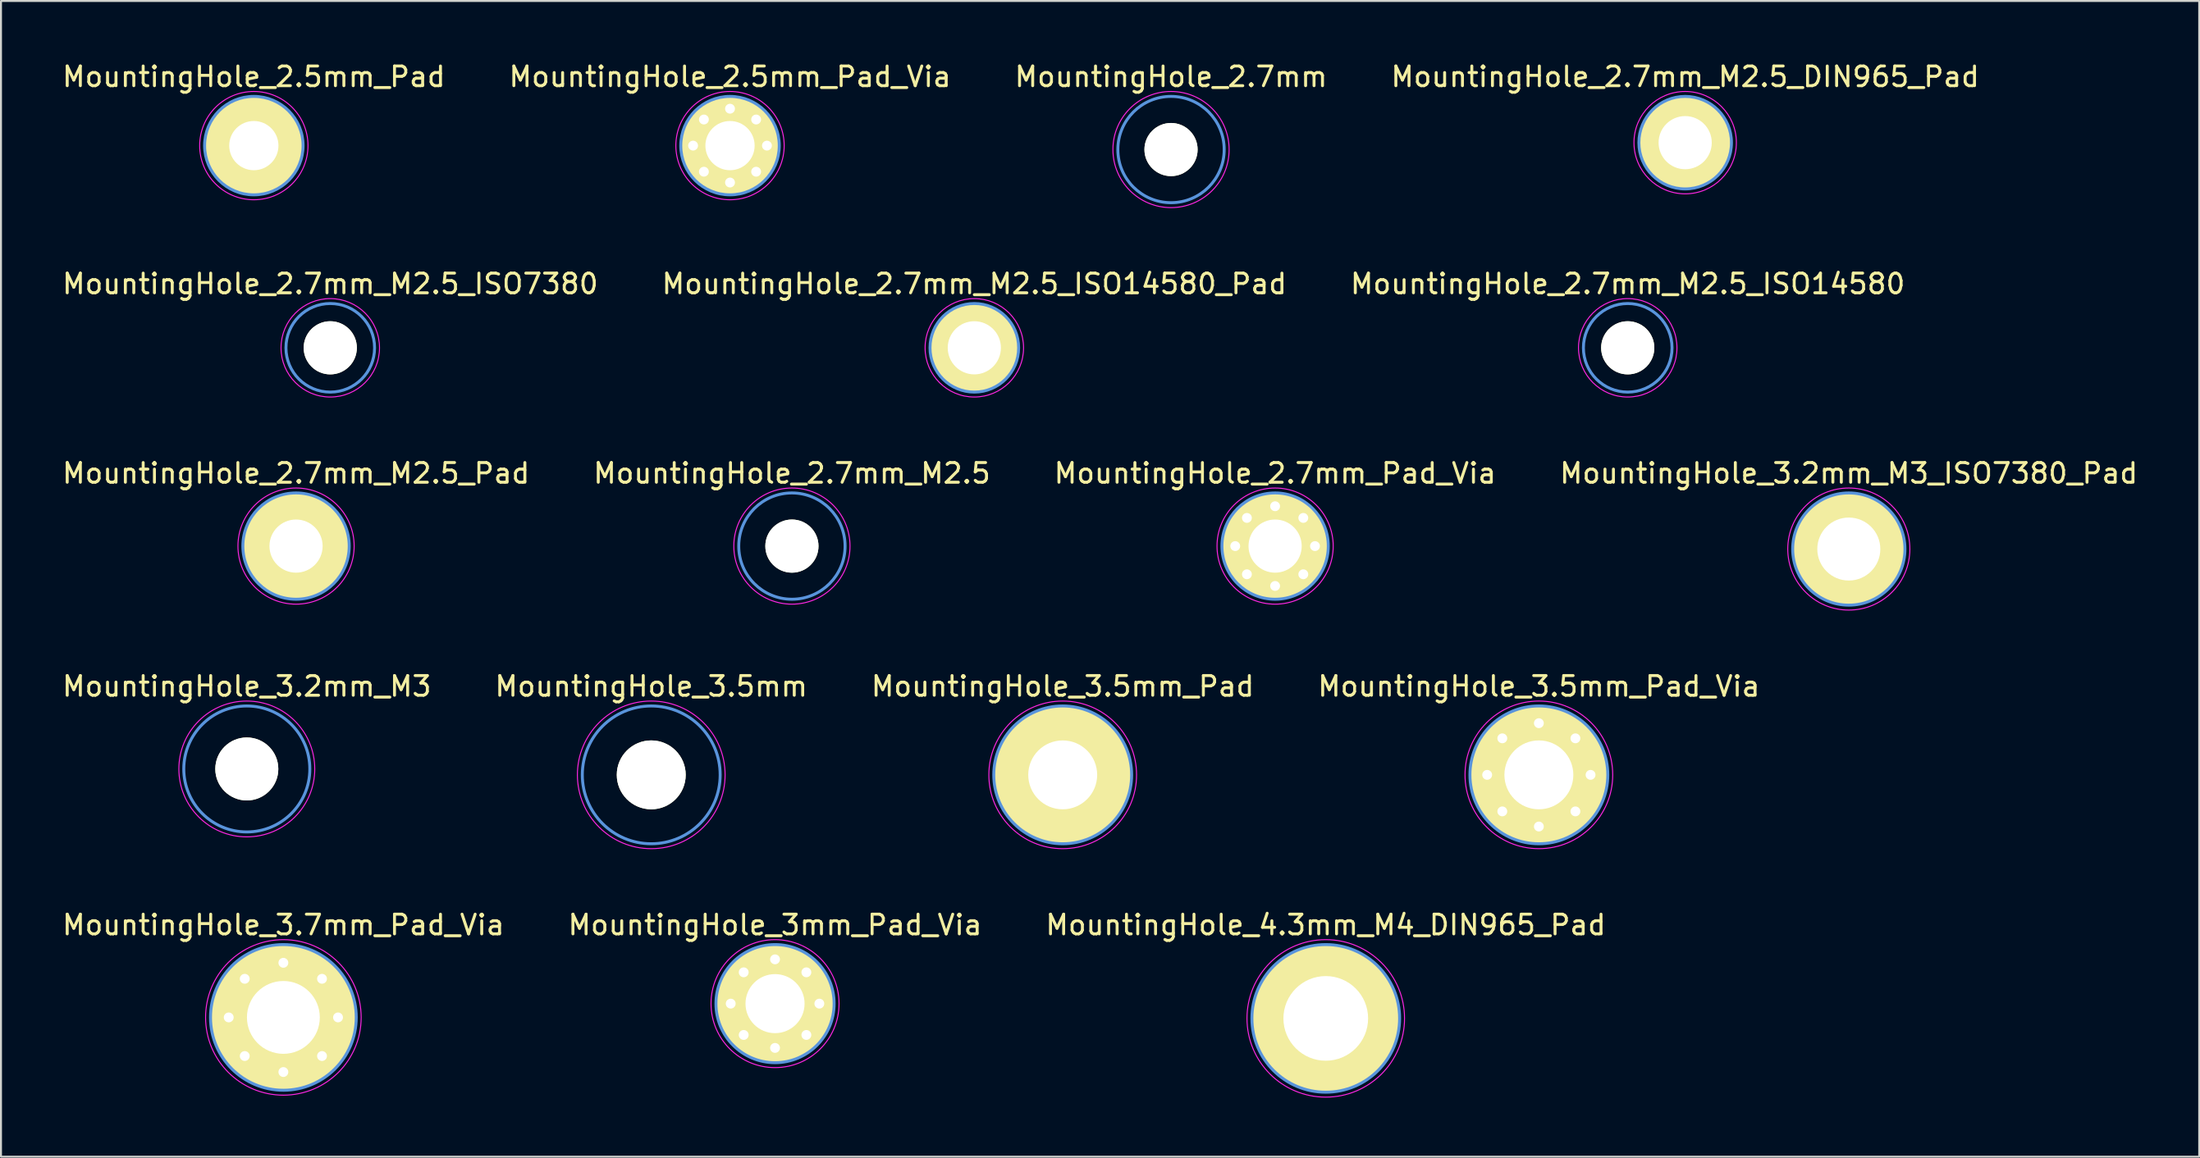
<source format=kicad_pcb>
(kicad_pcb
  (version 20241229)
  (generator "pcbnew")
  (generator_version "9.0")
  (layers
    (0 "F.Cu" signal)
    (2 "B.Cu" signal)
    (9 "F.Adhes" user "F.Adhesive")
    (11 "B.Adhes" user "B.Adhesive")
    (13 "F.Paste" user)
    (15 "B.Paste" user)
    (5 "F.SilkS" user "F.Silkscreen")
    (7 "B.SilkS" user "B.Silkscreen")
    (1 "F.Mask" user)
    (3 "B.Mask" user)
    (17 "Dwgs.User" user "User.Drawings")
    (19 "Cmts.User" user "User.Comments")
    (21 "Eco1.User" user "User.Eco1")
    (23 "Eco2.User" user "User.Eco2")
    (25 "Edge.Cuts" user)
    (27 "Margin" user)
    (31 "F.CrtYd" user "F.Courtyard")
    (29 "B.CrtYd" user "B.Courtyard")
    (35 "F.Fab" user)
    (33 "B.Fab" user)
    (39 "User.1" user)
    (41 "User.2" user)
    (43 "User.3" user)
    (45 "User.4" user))
  (footprint "MountingHole_3.2mm_M3"
    (layer "F.Cu")
    (at 9.482 36.018)
    (property "Reference" "MountingHole_3.2mm_M3" (at 0 -4.2 0) (layer "F.SilkS") (effects (font (size 1 1) (thickness 0.15))))
    (attr through_hole)
    (fp_circle (center 0 0) (end 3.2 0) (stroke (width 0.15) (type solid)) (fill no) (layer "Cmts.User"))
    (fp_circle (center 0 0) (end 3.45 0) (stroke (width 0.05) (type solid)) (fill no) (layer "F.CrtYd"))
    (pad "" np_thru_hole circle (at 0 0) (size 3.2 3.2) (drill 3.2) (layers "*.Cu" "*.Mask" "F.SilkS")))
  (footprint "MountingHole_2.7mm_Pad_Via"
    (layer "F.Cu")
    (at 61.696 24.695)
    (property "Reference" "MountingHole_2.7mm_Pad_Via" (at 0 -3.7 0) (layer "F.SilkS") (effects (font (size 1 1) (thickness 0.15))))
    (attr through_hole)
    (fp_circle (center 0 0) (end 2.7 0) (stroke (width 0.15) (type solid)) (fill no) (layer "Cmts.User"))
    (fp_circle (center 0 0) (end 2.95 0) (stroke (width 0.05) (type solid)) (fill no) (layer "F.CrtYd"))
    (pad "" thru_hole circle (at -2.025 0) (size 0.6 0.6) (drill 0.5) (layers "*.Cu" "*.Mask"))
    (pad "" thru_hole circle (at -1.432 -1.432) (size 0.6 0.6) (drill 0.5) (layers "*.Cu" "*.Mask"))
    (pad "" thru_hole circle (at -1.432 1.432) (size 0.6 0.6) (drill 0.5) (layers "*.Cu" "*.Mask"))
    (pad "" thru_hole circle (at 0 -2.025) (size 0.6 0.6) (drill 0.5) (layers "*.Cu" "*.Mask"))
    (pad "" thru_hole circle (at 0 2.025) (size 0.6 0.6) (drill 0.5) (layers "*.Cu" "*.Mask"))
    (pad "" thru_hole circle (at 1.432 -1.432) (size 0.6 0.6) (drill 0.5) (layers "*.Cu" "*.Mask"))
    (pad "" thru_hole circle (at 1.432 1.432) (size 0.6 0.6) (drill 0.5) (layers "*.Cu" "*.Mask"))
    (pad "" thru_hole circle (at 2.025 0) (size 0.6 0.6) (drill 0.5) (layers "*.Cu" "*.Mask"))
    (pad "1" thru_hole circle (at 0 0) (size 5.4 5.4) (drill 2.7) (layers "*.Cu" "*.Mask" "F.SilkS")))
  (footprint "MountingHole_2.7mm"
    (layer "F.Cu")
    (at 56.411 4.548)
    (property "Reference" "MountingHole_2.7mm" (at 0 -3.7 0) (layer "F.SilkS") (effects (font (size 1 1) (thickness 0.15))))
    (attr through_hole)
    (fp_circle (center 0 0) (end 2.7 0) (stroke (width 0.15) (type solid)) (fill no) (layer "Cmts.User"))
    (fp_circle (center 0 0) (end 2.95 0) (stroke (width 0.05) (type solid)) (fill no) (layer "F.CrtYd"))
    (pad "" np_thru_hole circle (at 0 0) (size 2.7 2.7) (drill 2.7) (layers "*.Cu" "*.Mask" "F.SilkS")))
  (footprint "MountingHole_3.7mm_Pad_Via"
    (layer "F.Cu")
    (at 11.339 48.641)
    (property "Reference" "MountingHole_3.7mm_Pad_Via" (at 0 -4.7 0) (layer "F.SilkS") (effects (font (size 1 1) (thickness 0.15))))
    (attr through_hole)
    (fp_circle (center 0 0) (end 3.7 0) (stroke (width 0.15) (type solid)) (fill no) (layer "Cmts.User"))
    (fp_circle (center 0 0) (end 3.95 0) (stroke (width 0.05) (type solid)) (fill no) (layer "F.CrtYd"))
    (pad "" thru_hole circle (at -2.775 0) (size 0.6 0.6) (drill 0.5) (layers "*.Cu" "*.Mask"))
    (pad "" thru_hole circle (at -1.962 -1.962) (size 0.6 0.6) (drill 0.5) (layers "*.Cu" "*.Mask"))
    (pad "" thru_hole circle (at -1.962 1.962) (size 0.6 0.6) (drill 0.5) (layers "*.Cu" "*.Mask"))
    (pad "" thru_hole circle (at 0 -2.775) (size 0.6 0.6) (drill 0.5) (layers "*.Cu" "*.Mask"))
    (pad "" thru_hole circle (at 0 2.775) (size 0.6 0.6) (drill 0.5) (layers "*.Cu" "*.Mask"))
    (pad "" thru_hole circle (at 1.962 -1.962) (size 0.6 0.6) (drill 0.5) (layers "*.Cu" "*.Mask"))
    (pad "" thru_hole circle (at 1.962 1.962) (size 0.6 0.6) (drill 0.5) (layers "*.Cu" "*.Mask"))
    (pad "" thru_hole circle (at 2.775 0) (size 0.6 0.6) (drill 0.5) (layers "*.Cu" "*.Mask"))
    (pad "1" thru_hole circle (at 0 0) (size 7.4 7.4) (drill 3.7) (layers "*.Cu" "*.Mask" "F.SilkS")))
  (footprint "MountingHole_2.7mm_M2.5_ISO14580_Pad"
    (layer "F.Cu")
    (at 46.423 14.621)
    (property "Reference" "MountingHole_2.7mm_M2.5_ISO14580_Pad" (at 0 -3.25 0) (layer "F.SilkS") (effects (font (size 1 1) (thickness 0.15))))
    (attr through_hole)
    (fp_circle (center 0 0) (end 2.25 0) (stroke (width 0.15) (type solid)) (fill no) (layer "Cmts.User"))
    (fp_circle (center 0 0) (end 2.5 0) (stroke (width 0.05) (type solid)) (fill no) (layer "F.CrtYd"))
    (pad "1" thru_hole circle (at 0 0) (size 4.5 4.5) (drill 2.7) (layers "*.Cu" "*.Mask" "F.SilkS")))
  (footprint "MountingHole_4.3mm_M4_DIN965_Pad"
    (layer "F.Cu")
    (at 64.268 48.691)
    (property "Reference" "MountingHole_4.3mm_M4_DIN965_Pad" (at 0 -4.75 0) (layer "F.SilkS") (effects (font (size 1 1) (thickness 0.15))))
    (attr through_hole)
    (fp_circle (center 0 0) (end 3.75 0) (stroke (width 0.15) (type solid)) (fill no) (layer "Cmts.User"))
    (fp_circle (center 0 0) (end 4 0) (stroke (width 0.05) (type solid)) (fill no) (layer "F.CrtYd"))
    (pad "1" thru_hole circle (at 0 0) (size 7.5 7.5) (drill 4.3) (layers "*.Cu" "*.Mask" "F.SilkS")))
  (footprint "MountingHole_2.7mm_M2.5_ISO7380"
    (layer "F.Cu")
    (at 13.72 14.621)
    (property "Reference" "MountingHole_2.7mm_M2.5_ISO7380" (at 0 -3.25 0) (layer "F.SilkS") (effects (font (size 1 1) (thickness 0.15))))
    (attr through_hole)
    (fp_circle (center 0 0) (end 2.25 0) (stroke (width 0.15) (type solid)) (fill no) (layer "Cmts.User"))
    (fp_circle (center 0 0) (end 2.5 0) (stroke (width 0.05) (type solid)) (fill no) (layer "F.CrtYd"))
    (pad "" np_thru_hole circle (at 0 0) (size 2.7 2.7) (drill 2.7) (layers "*.Cu" "*.Mask" "F.SilkS")))
  (footprint "MountingHole_3mm_Pad_Via"
    (layer "F.Cu")
    (at 36.304 47.941)
    (property "Reference" "MountingHole_3mm_Pad_Via" (at 0 -4 0) (layer "F.SilkS") (effects (font (size 1 1) (thickness 0.15))))
    (attr through_hole)
    (fp_circle (center 0 0) (end 3 0) (stroke (width 0.15) (type solid)) (fill no) (layer "Cmts.User"))
    (fp_circle (center 0 0) (end 3.25 0) (stroke (width 0.05) (type solid)) (fill no) (layer "F.CrtYd"))
    (pad "" thru_hole circle (at -2.25 0) (size 0.6 0.6) (drill 0.5) (layers "*.Cu" "*.Mask"))
    (pad "" thru_hole circle (at -1.591 -1.591) (size 0.6 0.6) (drill 0.5) (layers "*.Cu" "*.Mask"))
    (pad "" thru_hole circle (at -1.591 1.591) (size 0.6 0.6) (drill 0.5) (layers "*.Cu" "*.Mask"))
    (pad "" thru_hole circle (at 0 -2.25) (size 0.6 0.6) (drill 0.5) (layers "*.Cu" "*.Mask"))
    (pad "" thru_hole circle (at 0 2.25) (size 0.6 0.6) (drill 0.5) (layers "*.Cu" "*.Mask"))
    (pad "" thru_hole circle (at 1.591 -1.591) (size 0.6 0.6) (drill 0.5) (layers "*.Cu" "*.Mask"))
    (pad "" thru_hole circle (at 1.591 1.591) (size 0.6 0.6) (drill 0.5) (layers "*.Cu" "*.Mask"))
    (pad "" thru_hole circle (at 2.25 0) (size 0.6 0.6) (drill 0.5) (layers "*.Cu" "*.Mask"))
    (pad "1" thru_hole circle (at 0 0) (size 6 6) (drill 3) (layers "*.Cu" "*.Mask" "F.SilkS")))
  (footprint "MountingHole_2.7mm_M2.5_Pad"
    (layer "F.Cu")
    (at 11.982 24.695)
    (property "Reference" "MountingHole_2.7mm_M2.5_Pad" (at 0 -3.7 0) (layer "F.SilkS") (effects (font (size 1 1) (thickness 0.15))))
    (attr through_hole)
    (fp_circle (center 0 0) (end 2.7 0) (stroke (width 0.15) (type solid)) (fill no) (layer "Cmts.User"))
    (fp_circle (center 0 0) (end 2.95 0) (stroke (width 0.05) (type solid)) (fill no) (layer "F.CrtYd"))
    (pad "1" thru_hole circle (at 0 0) (size 5.4 5.4) (drill 2.7) (layers "*.Cu" "*.Mask" "F.SilkS")))
  (footprint "MountingHole_3.5mm_Pad_Via"
    (layer "F.Cu")
    (at 75.089 36.318)
    (property "Reference" "MountingHole_3.5mm_Pad_Via" (at 0 -4.5 0) (layer "F.SilkS") (effects (font (size 1 1) (thickness 0.15))))
    (attr through_hole)
    (fp_circle (center 0 0) (end 3.5 0) (stroke (width 0.15) (type solid)) (fill no) (layer "Cmts.User"))
    (fp_circle (center 0 0) (end 3.75 0) (stroke (width 0.05) (type solid)) (fill no) (layer "F.CrtYd"))
    (pad "" thru_hole circle (at -2.625 0) (size 0.6 0.6) (drill 0.5) (layers "*.Cu" "*.Mask"))
    (pad "" thru_hole circle (at -1.856 -1.856) (size 0.6 0.6) (drill 0.5) (layers "*.Cu" "*.Mask"))
    (pad "" thru_hole circle (at -1.856 1.856) (size 0.6 0.6) (drill 0.5) (layers "*.Cu" "*.Mask"))
    (pad "" thru_hole circle (at 0 -2.625) (size 0.6 0.6) (drill 0.5) (layers "*.Cu" "*.Mask"))
    (pad "" thru_hole circle (at 0 2.625) (size 0.6 0.6) (drill 0.5) (layers "*.Cu" "*.Mask"))
    (pad "" thru_hole circle (at 1.856 -1.856) (size 0.6 0.6) (drill 0.5) (layers "*.Cu" "*.Mask"))
    (pad "" thru_hole circle (at 1.856 1.856) (size 0.6 0.6) (drill 0.5) (layers "*.Cu" "*.Mask"))
    (pad "" thru_hole circle (at 2.625 0) (size 0.6 0.6) (drill 0.5) (layers "*.Cu" "*.Mask"))
    (pad "1" thru_hole circle (at 0 0) (size 7 7) (drill 3.5) (layers "*.Cu" "*.Mask" "F.SilkS")))
  (footprint "MountingHole_3.5mm_Pad"
    (layer "F.Cu")
    (at 50.911 36.318)
    (property "Reference" "MountingHole_3.5mm_Pad" (at 0 -4.5 0) (layer "F.SilkS") (effects (font (size 1 1) (thickness 0.15))))
    (attr through_hole)
    (fp_circle (center 0 0) (end 3.5 0) (stroke (width 0.15) (type solid)) (fill no) (layer "Cmts.User"))
    (fp_circle (center 0 0) (end 3.75 0) (stroke (width 0.05) (type solid)) (fill no) (layer "F.CrtYd"))
    (pad "1" thru_hole circle (at 0 0) (size 7 7) (drill 3.5) (layers "*.Cu" "*.Mask" "F.SilkS")))
  (footprint "MountingHole_2.7mm_M2.5"
    (layer "F.Cu")
    (at 37.161 24.695)
    (property "Reference" "MountingHole_2.7mm_M2.5" (at 0 -3.7 0) (layer "F.SilkS") (effects (font (size 1 1) (thickness 0.15))))
    (attr through_hole)
    (fp_circle (center 0 0) (end 2.7 0) (stroke (width 0.15) (type solid)) (fill no) (layer "Cmts.User"))
    (fp_circle (center 0 0) (end 2.95 0) (stroke (width 0.05) (type solid)) (fill no) (layer "F.CrtYd"))
    (pad "" np_thru_hole circle (at 0 0) (size 2.7 2.7) (drill 2.7) (layers "*.Cu" "*.Mask" "F.SilkS")))
  (footprint "MountingHole_3.2mm_M3_ISO7380_Pad"
    (layer "F.Cu")
    (at 90.827 24.845)
    (property "Reference" "MountingHole_3.2mm_M3_ISO7380_Pad" (at 0 -3.85 0) (layer "F.SilkS") (effects (font (size 1 1) (thickness 0.15))))
    (attr through_hole)
    (fp_circle (center 0 0) (end 2.85 0) (stroke (width 0.15) (type solid)) (fill no) (layer "Cmts.User"))
    (fp_circle (center 0 0) (end 3.1 0) (stroke (width 0.05) (type solid)) (fill no) (layer "F.CrtYd"))
    (pad "1" thru_hole circle (at 0 0) (size 5.7 5.7) (drill 3.2) (layers "*.Cu" "*.Mask" "F.SilkS")))
  (footprint "MountingHole_2.5mm_Pad_Via"
    (layer "F.Cu")
    (at 34.018 4.348)
    (property "Reference" "MountingHole_2.5mm_Pad_Via" (at 0 -3.5 0) (layer "F.SilkS") (effects (font (size 1 1) (thickness 0.15))))
    (attr through_hole)
    (fp_circle (center 0 0) (end 2.5 0) (stroke (width 0.15) (type solid)) (fill no) (layer "Cmts.User"))
    (fp_circle (center 0 0) (end 2.75 0) (stroke (width 0.05) (type solid)) (fill no) (layer "F.CrtYd"))
    (pad "" thru_hole circle (at -1.875 0) (size 0.6 0.6) (drill 0.5) (layers "*.Cu" "*.Mask"))
    (pad "" thru_hole circle (at -1.326 -1.326) (size 0.6 0.6) (drill 0.5) (layers "*.Cu" "*.Mask"))
    (pad "" thru_hole circle (at -1.326 1.326) (size 0.6 0.6) (drill 0.5) (layers "*.Cu" "*.Mask"))
    (pad "" thru_hole circle (at 0 -1.875) (size 0.6 0.6) (drill 0.5) (layers "*.Cu" "*.Mask"))
    (pad "" thru_hole circle (at 0 1.875) (size 0.6 0.6) (drill 0.5) (layers "*.Cu" "*.Mask"))
    (pad "" thru_hole circle (at 1.326 -1.326) (size 0.6 0.6) (drill 0.5) (layers "*.Cu" "*.Mask"))
    (pad "" thru_hole circle (at 1.326 1.326) (size 0.6 0.6) (drill 0.5) (layers "*.Cu" "*.Mask"))
    (pad "" thru_hole circle (at 1.875 0) (size 0.6 0.6) (drill 0.5) (layers "*.Cu" "*.Mask"))
    (pad "1" thru_hole circle (at 0 0) (size 5 5) (drill 2.5) (layers "*.Cu" "*.Mask" "F.SilkS")))
  (footprint "MountingHole_2.7mm_M2.5_ISO14580"
    (layer "F.Cu")
    (at 79.601 14.621)
    (property "Reference" "MountingHole_2.7mm_M2.5_ISO14580" (at 0 -3.25 0) (layer "F.SilkS") (effects (font (size 1 1) (thickness 0.15))))
    (attr through_hole)
    (fp_circle (center 0 0) (end 2.25 0) (stroke (width 0.15) (type solid)) (fill no) (layer "Cmts.User"))
    (fp_circle (center 0 0) (end 2.5 0) (stroke (width 0.05) (type solid)) (fill no) (layer "F.CrtYd"))
    (pad "" np_thru_hole circle (at 0 0) (size 2.7 2.7) (drill 2.7) (layers "*.Cu" "*.Mask" "F.SilkS")))
  (footprint "MountingHole_2.7mm_M2.5_DIN965_Pad"
    (layer "F.Cu")
    (at 82.518 4.198)
    (property "Reference" "MountingHole_2.7mm_M2.5_DIN965_Pad" (at 0 -3.35 0) (layer "F.SilkS") (effects (font (size 1 1) (thickness 0.15))))
    (attr through_hole)
    (fp_circle (center 0 0) (end 2.35 0) (stroke (width 0.15) (type solid)) (fill no) (layer "Cmts.User"))
    (fp_circle (center 0 0) (end 2.6 0) (stroke (width 0.05) (type solid)) (fill no) (layer "F.CrtYd"))
    (pad "1" thru_hole circle (at 0 0) (size 4.7 4.7) (drill 2.7) (layers "*.Cu" "*.Mask" "F.SilkS")))
  (footprint "MountingHole_2.5mm_Pad"
    (layer "F.Cu")
    (at 9.839 4.348)
    (property "Reference" "MountingHole_2.5mm_Pad" (at 0 -3.5 0) (layer "F.SilkS") (effects (font (size 1 1) (thickness 0.15))))
    (attr through_hole)
    (fp_circle (center 0 0) (end 2.5 0) (stroke (width 0.15) (type solid)) (fill no) (layer "Cmts.User"))
    (fp_circle (center 0 0) (end 2.75 0) (stroke (width 0.05) (type solid)) (fill no) (layer "F.CrtYd"))
    (pad "1" thru_hole circle (at 0 0) (size 5 5) (drill 2.5) (layers "*.Cu" "*.Mask" "F.SilkS")))
  (footprint "MountingHole_3.5mm"
    (layer "F.Cu")
    (at 30.018 36.318)
    (property "Reference" "MountingHole_3.5mm" (at 0 -4.5 0) (layer "F.SilkS") (effects (font (size 1 1) (thickness 0.15))))
    (attr through_hole)
    (fp_circle (center 0 0) (end 3.5 0) (stroke (width 0.15) (type solid)) (fill no) (layer "Cmts.User"))
    (fp_circle (center 0 0) (end 3.75 0) (stroke (width 0.05) (type solid)) (fill no) (layer "F.CrtYd"))
    (pad "" np_thru_hole circle (at 0 0) (size 3.5 3.5) (drill 3.5) (layers "*.Cu" "*.Mask" "F.SilkS")))
  (gr_rect
    (start -3 -3)
    (end 108.619 55.716)
    (stroke (width 0.1) (type default))
    (fill no)
    (layer "Edge.Cuts")))
</source>
